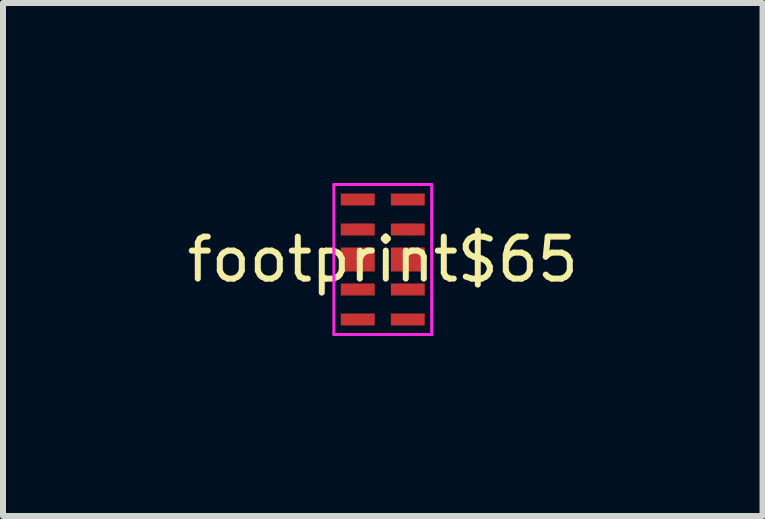
<source format=kicad_pcb>
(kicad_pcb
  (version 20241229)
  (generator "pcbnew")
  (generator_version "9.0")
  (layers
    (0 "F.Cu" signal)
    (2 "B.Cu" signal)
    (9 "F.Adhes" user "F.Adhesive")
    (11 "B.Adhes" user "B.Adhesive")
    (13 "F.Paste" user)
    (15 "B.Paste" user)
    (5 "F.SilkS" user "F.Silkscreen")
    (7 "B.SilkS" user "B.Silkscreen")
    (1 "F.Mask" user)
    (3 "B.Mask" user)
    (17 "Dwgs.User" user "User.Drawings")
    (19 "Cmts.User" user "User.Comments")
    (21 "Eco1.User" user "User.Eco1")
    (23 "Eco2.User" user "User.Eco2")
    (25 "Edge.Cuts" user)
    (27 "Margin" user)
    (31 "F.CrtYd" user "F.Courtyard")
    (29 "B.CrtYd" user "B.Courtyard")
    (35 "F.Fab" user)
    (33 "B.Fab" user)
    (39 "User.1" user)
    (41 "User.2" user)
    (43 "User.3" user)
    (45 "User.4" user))
  (footprint "footprint$65"
    (layer "F.Cu")
    (at 3.33 1.275)
    (property "Reference" "footprint$65" (at 0 0 0) (layer "F.SilkS") (effects (font (size 0.7 0.7) (thickness 0.1))))
    (attr through_hole)
    (fp_poly (pts (xy -0.7 -0.9) (xy -0.135 -0.9) (xy -0.135 -1.1) (xy -0.7 -1.1)) (stroke (width 0) (type solid)) (fill yes) (layer "F.Mask"))
    (fp_poly (pts (xy -0.7 -0.4) (xy -0.135 -0.4) (xy -0.135 -0.6) (xy -0.7 -0.6)) (stroke (width 0) (type solid)) (fill yes) (layer "F.Mask"))
    (fp_poly (pts (xy -0.7 0.2) (xy -0.135 0.2) (xy -0.135 -0.2) (xy -0.7 -0.2)) (stroke (width 0) (type solid)) (fill yes) (layer "F.Mask"))
    (fp_poly (pts (xy -0.7 0.6) (xy -0.135 0.6) (xy -0.135 0.4) (xy -0.7 0.4)) (stroke (width 0) (type solid)) (fill yes) (layer "F.Mask"))
    (fp_poly (pts (xy -0.7 1.1) (xy -0.135 1.1) (xy -0.135 0.9) (xy -0.7 0.9)) (stroke (width 0) (type solid)) (fill yes) (layer "F.Mask"))
    (fp_poly (pts (xy 0.135 -0.9) (xy 0.7 -0.9) (xy 0.7 -1.1) (xy 0.135 -1.1)) (stroke (width 0) (type solid)) (fill yes) (layer "F.Mask"))
    (fp_poly (pts (xy 0.135 -0.4) (xy 0.7 -0.4) (xy 0.7 -0.6) (xy 0.135 -0.6)) (stroke (width 0) (type solid)) (fill yes) (layer "F.Mask"))
    (fp_poly (pts (xy 0.135 0.2) (xy 0.7 0.2) (xy 0.7 -0.2) (xy 0.135 -0.2)) (stroke (width 0) (type solid)) (fill yes) (layer "F.Mask"))
    (fp_poly (pts (xy 0.135 0.6) (xy 0.7 0.6) (xy 0.7 0.4) (xy 0.135 0.4)) (stroke (width 0) (type solid)) (fill yes) (layer "F.Mask"))
    (fp_poly (pts (xy 0.135 1.1) (xy 0.7 1.1) (xy 0.7 0.9) (xy 0.135 0.9)) (stroke (width 0) (type solid)) (fill yes) (layer "F.Mask"))
    (fp_poly (pts (xy -0.7 -0.9) (xy -0.135 -0.9) (xy -0.135 -1.1) (xy -0.7 -1.1)) (stroke (width 0) (type solid)) (fill yes) (layer "F.Paste"))
    (fp_poly (pts (xy -0.7 -0.4) (xy -0.135 -0.4) (xy -0.135 -0.6) (xy -0.7 -0.6)) (stroke (width 0) (type solid)) (fill yes) (layer "F.Paste"))
    (fp_poly (pts (xy -0.7 0.2) (xy -0.135 0.2) (xy -0.135 -0.2) (xy -0.7 -0.2)) (stroke (width 0) (type solid)) (fill yes) (layer "F.Paste"))
    (fp_poly (pts (xy -0.7 0.6) (xy -0.135 0.6) (xy -0.135 0.4) (xy -0.7 0.4)) (stroke (width 0) (type solid)) (fill yes) (layer "F.Paste"))
    (fp_poly (pts (xy -0.7 1.1) (xy -0.135 1.1) (xy -0.135 0.9) (xy -0.7 0.9)) (stroke (width 0) (type solid)) (fill yes) (layer "F.Paste"))
    (fp_poly (pts (xy 0.135 -0.9) (xy 0.7 -0.9) (xy 0.7 -1.1) (xy 0.135 -1.1)) (stroke (width 0) (type solid)) (fill yes) (layer "F.Paste"))
    (fp_poly (pts (xy 0.135 -0.4) (xy 0.7 -0.4) (xy 0.7 -0.6) (xy 0.135 -0.6)) (stroke (width 0) (type solid)) (fill yes) (layer "F.Paste"))
    (fp_poly (pts (xy 0.135 0.2) (xy 0.7 0.2) (xy 0.7 -0.2) (xy 0.135 -0.2)) (stroke (width 0) (type solid)) (fill yes) (layer "F.Paste"))
    (fp_poly (pts (xy 0.135 0.6) (xy 0.7 0.6) (xy 0.7 0.4) (xy 0.135 0.4)) (stroke (width 0) (type solid)) (fill yes) (layer "F.Paste"))
    (fp_poly (pts (xy 0.135 1.1) (xy 0.7 1.1) (xy 0.7 0.9) (xy 0.135 0.9)) (stroke (width 0) (type solid)) (fill yes) (layer "F.Paste"))
    (fp_line (start -0.815 -1.25) (end -0.815 1.25) (stroke (width 0.05) (type solid)) (layer "F.CrtYd"))
    (fp_line (start -0.815 1.25) (end 0.815 1.25) (stroke (width 0.05) (type solid)) (layer "F.CrtYd"))
    (fp_line (start 0.815 -1.25) (end -0.815 -1.25) (stroke (width 0.05) (type solid)) (layer "F.CrtYd"))
    (fp_line (start 0.815 1.25) (end 0.815 -1.25) (stroke (width 0.05) (type solid)) (layer "F.CrtYd"))
    (pad "1" smd rect (at -0.417 -1) (size 0.565 0.2) (layers "F.Cu"))
    (pad "2" smd rect (at -0.417 -0.5) (size 0.565 0.2) (layers "F.Cu"))
    (pad "3" smd rect (at -0.417 0) (size 0.565 0.4) (layers "F.Cu"))
    (pad "4" smd rect (at -0.417 0.5) (size 0.565 0.2) (layers "F.Cu"))
    (pad "5" smd rect (at -0.417 1) (size 0.565 0.2) (layers "F.Cu"))
    (pad "6" smd rect (at 0.417 1) (size 0.565 0.2) (layers "F.Cu"))
    (pad "7" smd rect (at 0.417 0.5) (size 0.565 0.2) (layers "F.Cu"))
    (pad "8" smd rect (at 0.417 0) (size 0.565 0.4) (layers "F.Cu"))
    (pad "9" smd rect (at 0.417 -0.5) (size 0.565 0.2) (layers "F.Cu"))
    (pad "10" smd rect (at 0.417 -1) (size 0.565 0.2) (layers "F.Cu")))
  (gr_rect
    (start -3 -3)
    (end 9.66 5.55)
    (stroke (width 0.1) (type default))
    (fill no)
    (layer "Edge.Cuts")))
</source>
